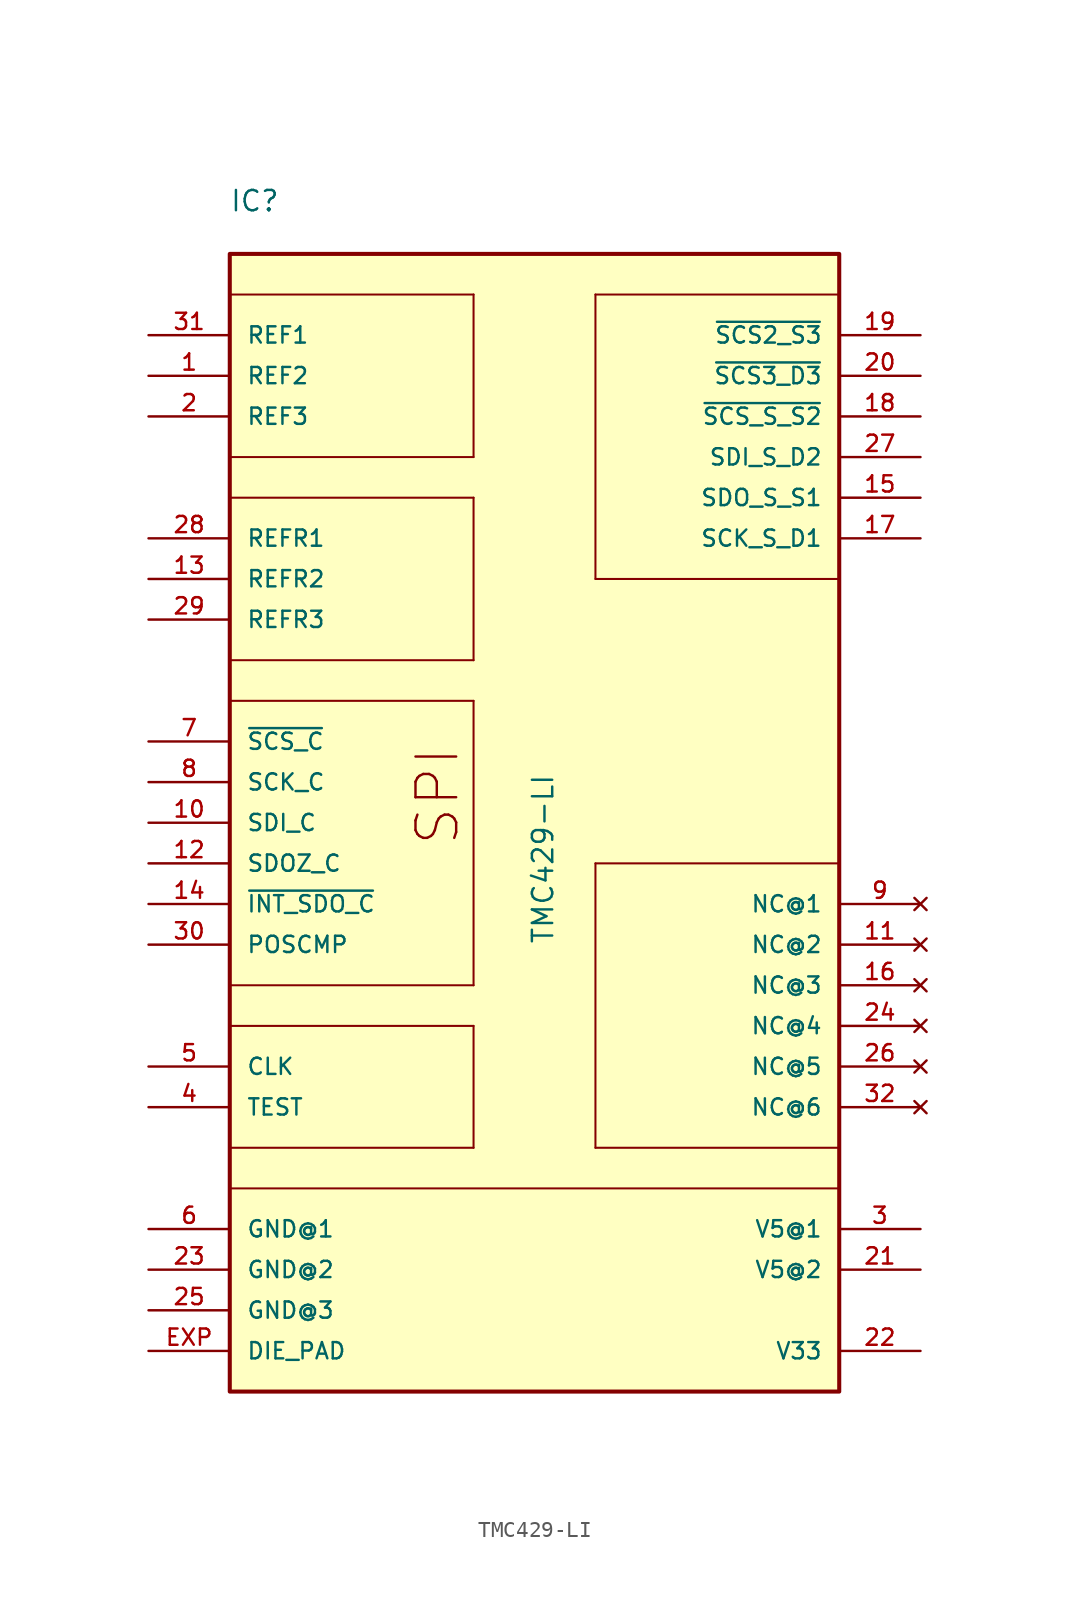
<source format=kicad_sym>
(kicad_symbol_lib
  (version 20220914)
  (generator kicad_symbol_editor)
  (symbol "TMC429-LI"
    (pin_names
      (offset 1.016))
    (property "Reference" "IC"
      (at -20.337 33.047 0)
      (effects (font (size 1.27 1.27)) (justify left bottom)))
    (property "Value" "TMC429-LI"
      (at 0 -12.715 90)
      (effects (font (size 1.27 1.27)) (justify left bottom)))
    (symbol "TMC429-LI_0_0"
      (rectangle (start -20.32 -40.64) (end 17.78 30.48) (stroke (width 0.254) (type default)) (fill (type background)))
      (polyline (pts (xy -20.32 -27.94) (xy 17.78 -27.94)) (stroke (width 0.127) (type default)) (fill (type none)))
      (polyline (pts (xy -20.32 -25.4) (xy -5.08 -25.4)) (stroke (width 0.127) (type default)) (fill (type none)))
      (polyline (pts (xy -20.32 -15.24) (xy -5.08 -15.24)) (stroke (width 0.127) (type default)) (fill (type none)))
      (polyline (pts (xy -20.32 15.24) (xy -5.08 15.24)) (stroke (width 0.127) (type default)) (fill (type none)))
      (polyline (pts (xy -20.32 27.94) (xy -5.08 27.94)) (stroke (width 0.127) (type default)) (fill (type none)))
      (polyline (pts (xy -5.08 -25.4) (xy -5.08 -17.78)) (stroke (width 0.127) (type default)) (fill (type none)))
      (polyline (pts (xy -5.08 -17.78) (xy -20.32 -17.78)) (stroke (width 0.127) (type default)) (fill (type none)))
      (polyline (pts (xy -5.08 -15.24) (xy -5.08 2.54)) (stroke (width 0.127) (type default)) (fill (type none)))
      (polyline (pts (xy -5.08 2.54) (xy -20.32 2.54)) (stroke (width 0.127) (type default)) (fill (type none)))
      (polyline (pts (xy -5.08 5.08) (xy -20.32 5.08)) (stroke (width 0.127) (type default)) (fill (type none)))
      (polyline (pts (xy -5.08 15.24) (xy -5.08 5.08)) (stroke (width 0.127) (type default)) (fill (type none)))
      (polyline (pts (xy -5.08 17.78) (xy -20.32 17.78)) (stroke (width 0.127) (type default)) (fill (type none)))
      (polyline (pts (xy -5.08 27.94) (xy -5.08 17.78)) (stroke (width 0.127) (type default)) (fill (type none)))
      (polyline (pts (xy 2.54 -25.4) (xy 2.54 -7.62)) (stroke (width 0.127) (type default)) (fill (type none)))
      (polyline (pts (xy 2.54 -7.62) (xy 17.78 -7.62)) (stroke (width 0.127) (type default)) (fill (type none)))
      (polyline (pts (xy 2.54 10.16) (xy 17.78 10.16)) (stroke (width 0.127) (type default)) (fill (type none)))
      (polyline (pts (xy 2.54 27.94) (xy 2.54 10.16)) (stroke (width 0.127) (type default)) (fill (type none)))
      (polyline (pts (xy 17.78 -25.4) (xy 2.54 -25.4)) (stroke (width 0.127) (type default)) (fill (type none)))
      (polyline (pts (xy 17.78 27.94) (xy 2.54 27.94)) (stroke (width 0.127) (type default)) (fill (type none)))
      (text "SPI" (at -5.848 -6.611 900) (effects (font (size 2.543 2.543)) (justify left bottom)))
      (pin input line (at -25.4 22.86 0) (length 5.08) (name "REF2" (effects (font (size 1.016 1.016)))) (number "1" (effects (font (size 1.016 1.016)))))
      (pin input line (at -25.4 -5.08 0) (length 5.08) (name "SDI_C" (effects (font (size 1.016 1.016)))) (number "10" (effects (font (size 1.016 1.016)))))
      (pin no_connect line (at 22.86 -12.7 180) (length 5.08) (name "NC@2" (effects (font (size 1.016 1.016)))) (number "11" (effects (font (size 1.016 1.016)))))
      (pin tri_state line (at -25.4 -7.62 0) (length 5.08) (name "SDOZ_C" (effects (font (size 1.016 1.016)))) (number "12" (effects (font (size 1.016 1.016)))))
      (pin input line (at -25.4 10.16 0) (length 5.08) (name "REFR2" (effects (font (size 1.016 1.016)))) (number "13" (effects (font (size 1.016 1.016)))))
      (pin output line (at -25.4 -10.16 0) (length 5.08) (name "~{INT_SDO_C}" (effects (font (size 1.016 1.016)))) (number "14" (effects (font (size 1.016 1.016)))))
      (pin output line (at 22.86 15.24 180) (length 5.08) (name "SDO_S_S1" (effects (font (size 1.016 1.016)))) (number "15" (effects (font (size 1.016 1.016)))))
      (pin no_connect line (at 22.86 -15.24 180) (length 5.08) (name "NC@3" (effects (font (size 1.016 1.016)))) (number "16" (effects (font (size 1.016 1.016)))))
      (pin output line (at 22.86 12.7 180) (length 5.08) (name "SCK_S_D1" (effects (font (size 1.016 1.016)))) (number "17" (effects (font (size 1.016 1.016)))))
      (pin output line (at 22.86 20.32 180) (length 5.08) (name "~{SCS_S_S2}" (effects (font (size 1.016 1.016)))) (number "18" (effects (font (size 1.016 1.016)))))
      (pin output line (at 22.86 25.4 180) (length 5.08) (name "~{SCS2_S3}" (effects (font (size 1.016 1.016)))) (number "19" (effects (font (size 1.016 1.016)))))
      (pin input line (at -25.4 20.32 0) (length 5.08) (name "REF3" (effects (font (size 1.016 1.016)))) (number "2" (effects (font (size 1.016 1.016)))))
      (pin output line (at 22.86 22.86 180) (length 5.08) (name "~{SCS3_D3}" (effects (font (size 1.016 1.016)))) (number "20" (effects (font (size 1.016 1.016)))))
      (pin input line (at 22.86 -33.02 180) (length 5.08) (name "V5@2" (effects (font (size 1.016 1.016)))) (number "21" (effects (font (size 1.016 1.016)))))
      (pin input line (at 22.86 -38.1 180) (length 5.08) (name "V33" (effects (font (size 1.016 1.016)))) (number "22" (effects (font (size 1.016 1.016)))))
      (pin input line (at -25.4 -33.02 0) (length 5.08) (name "GND@2" (effects (font (size 1.016 1.016)))) (number "23" (effects (font (size 1.016 1.016)))))
      (pin no_connect line (at 22.86 -17.78 180) (length 5.08) (name "NC@4" (effects (font (size 1.016 1.016)))) (number "24" (effects (font (size 1.016 1.016)))))
      (pin input line (at -25.4 -35.56 0) (length 5.08) (name "GND@3" (effects (font (size 1.016 1.016)))) (number "25" (effects (font (size 1.016 1.016)))))
      (pin no_connect line (at 22.86 -20.32 180) (length 5.08) (name "NC@5" (effects (font (size 1.016 1.016)))) (number "26" (effects (font (size 1.016 1.016)))))
      (pin bidirectional line (at 22.86 17.78 180) (length 5.08) (name "SDI_S_D2" (effects (font (size 1.016 1.016)))) (number "27" (effects (font (size 1.016 1.016)))))
      (pin input line (at -25.4 12.7 0) (length 5.08) (name "REFR1" (effects (font (size 1.016 1.016)))) (number "28" (effects (font (size 1.016 1.016)))))
      (pin input line (at -25.4 7.62 0) (length 5.08) (name "REFR3" (effects (font (size 1.016 1.016)))) (number "29" (effects (font (size 1.016 1.016)))))
      (pin input line (at 22.86 -30.48 180) (length 5.08) (name "V5@1" (effects (font (size 1.016 1.016)))) (number "3" (effects (font (size 1.016 1.016)))))
      (pin bidirectional line (at -25.4 -12.7 0) (length 5.08) (name "POSCMP" (effects (font (size 1.016 1.016)))) (number "30" (effects (font (size 1.016 1.016)))))
      (pin input line (at -25.4 25.4 0) (length 5.08) (name "REF1" (effects (font (size 1.016 1.016)))) (number "31" (effects (font (size 1.016 1.016)))))
      (pin no_connect line (at 22.86 -22.86 180) (length 5.08) (name "NC@6" (effects (font (size 1.016 1.016)))) (number "32" (effects (font (size 1.016 1.016)))))
      (pin input line (at -25.4 -22.86 0) (length 5.08) (name "TEST" (effects (font (size 1.016 1.016)))) (number "4" (effects (font (size 1.016 1.016)))))
      (pin input line (at -25.4 -20.32 0) (length 5.08) (name "CLK" (effects (font (size 1.016 1.016)))) (number "5" (effects (font (size 1.016 1.016)))))
      (pin input line (at -25.4 -30.48 0) (length 5.08) (name "GND@1" (effects (font (size 1.016 1.016)))) (number "6" (effects (font (size 1.016 1.016)))))
      (pin input line (at -25.4 0 0) (length 5.08) (name "~{SCS_C}" (effects (font (size 1.016 1.016)))) (number "7" (effects (font (size 1.016 1.016)))))
      (pin input line (at -25.4 -2.54 0) (length 5.08) (name "SCK_C" (effects (font (size 1.016 1.016)))) (number "8" (effects (font (size 1.016 1.016)))))
      (pin no_connect line (at 22.86 -10.16 180) (length 5.08) (name "NC@1" (effects (font (size 1.016 1.016)))) (number "9" (effects (font (size 1.016 1.016)))))
      (pin input line (at -25.4 -38.1 0) (length 5.08) (name "DIE_PAD" (effects (font (size 1.016 1.016)))) (number "EXP" (effects (font (size 1.016 1.016))))))))
</source>
